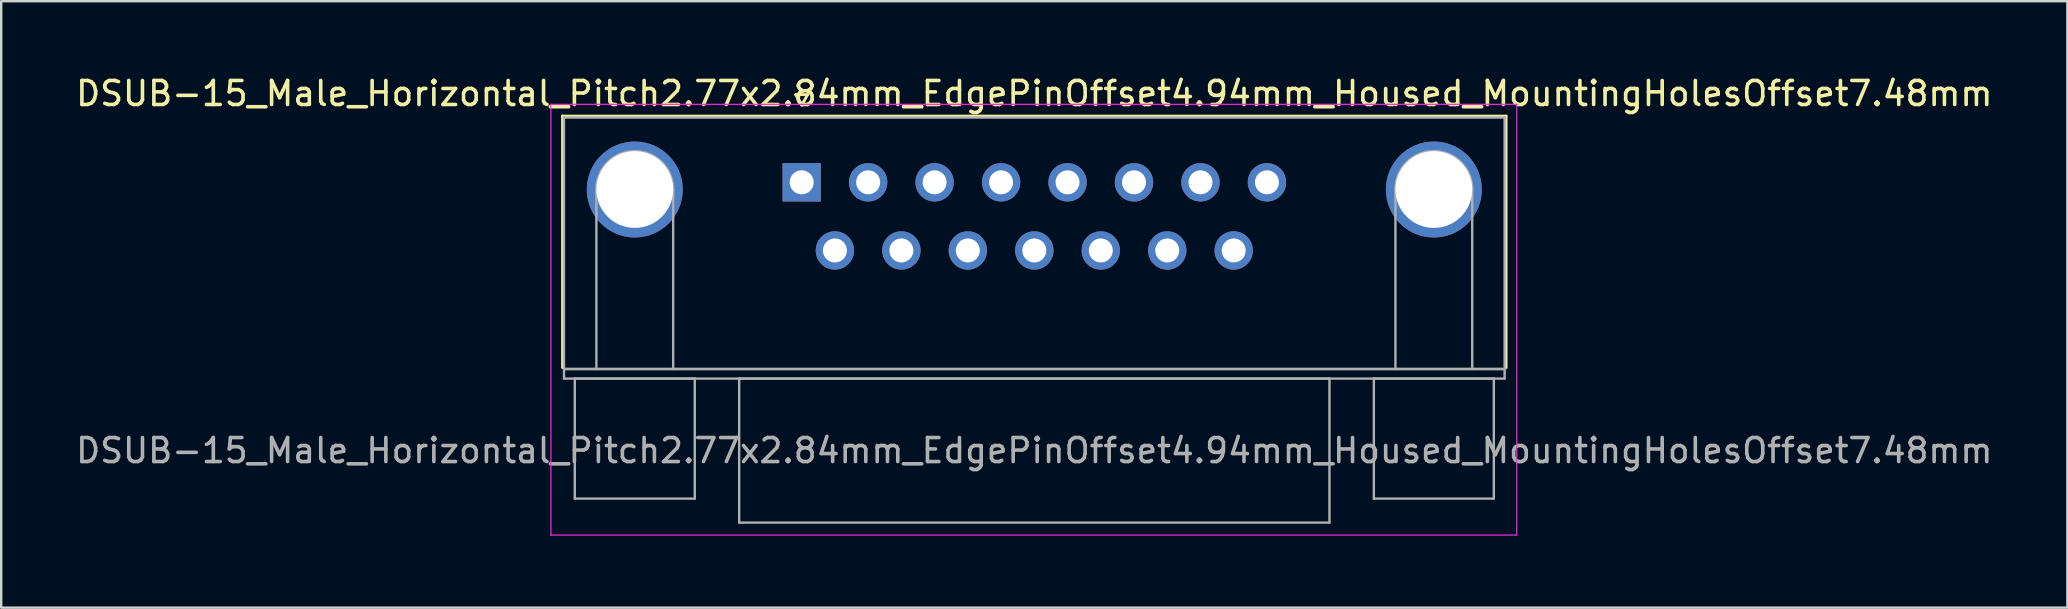
<source format=kicad_pcb>
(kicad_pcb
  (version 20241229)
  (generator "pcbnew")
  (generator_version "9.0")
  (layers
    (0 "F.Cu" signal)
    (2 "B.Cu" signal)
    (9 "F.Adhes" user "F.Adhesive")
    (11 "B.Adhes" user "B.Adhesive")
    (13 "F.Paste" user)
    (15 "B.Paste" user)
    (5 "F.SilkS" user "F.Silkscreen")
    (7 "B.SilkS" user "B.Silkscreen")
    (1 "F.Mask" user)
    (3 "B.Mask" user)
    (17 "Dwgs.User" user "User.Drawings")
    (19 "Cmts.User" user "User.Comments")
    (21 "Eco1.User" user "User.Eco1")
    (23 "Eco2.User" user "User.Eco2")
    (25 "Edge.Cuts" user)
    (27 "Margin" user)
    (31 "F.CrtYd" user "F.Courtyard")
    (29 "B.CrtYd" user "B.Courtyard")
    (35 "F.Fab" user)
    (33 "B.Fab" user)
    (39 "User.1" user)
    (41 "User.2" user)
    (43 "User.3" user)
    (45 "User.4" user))
  (footprint "DSUB-15_Male_Horizontal_Pitch2.77x2.84mm_EdgePinOffset4.94mm_Housed_MountingHolesOffset7.48mm"
    (layer "F.Cu")
    (at 30.359 4.548)
    (property "Reference" "DSUB-15_Male_Horizontal_Pitch2.77x2.84mm_EdgePinOffset4.94mm_Housed_MountingHolesOffset7.48mm" (at 9.695 -3.7 0) (layer "F.SilkS") (effects (font (size 1 1) (thickness 0.15))))
    (attr through_hole)
    (fp_line (start -9.965 -2.76) (end 29.355 -2.76) (stroke (width 0.12) (type solid)) (layer "F.SilkS"))
    (fp_line (start -9.965 7.72) (end -9.965 -2.76) (stroke (width 0.12) (type solid)) (layer "F.SilkS"))
    (fp_line (start -0.25 -3.654) (end 0.25 -3.654) (stroke (width 0.12) (type solid)) (layer "F.SilkS"))
    (fp_line (start 0 -3.221) (end -0.25 -3.654) (stroke (width 0.12) (type solid)) (layer "F.SilkS"))
    (fp_line (start 0.25 -3.654) (end 0 -3.221) (stroke (width 0.12) (type solid)) (layer "F.SilkS"))
    (fp_line (start 29.355 -2.76) (end 29.355 7.72) (stroke (width 0.12) (type solid)) (layer "F.SilkS"))
    (fp_line (start -10.45 -3.25) (end -10.45 14.7) (stroke (width 0.05) (type solid)) (layer "F.CrtYd"))
    (fp_line (start -10.45 14.7) (end 29.8 14.7) (stroke (width 0.05) (type solid)) (layer "F.CrtYd"))
    (fp_line (start 29.8 -3.25) (end -10.45 -3.25) (stroke (width 0.05) (type solid)) (layer "F.CrtYd"))
    (fp_line (start 29.8 14.7) (end 29.8 -3.25) (stroke (width 0.05) (type solid)) (layer "F.CrtYd"))
    (fp_line (start -9.905 -2.7) (end -9.905 7.78) (stroke (width 0.1) (type solid)) (layer "F.Fab"))
    (fp_line (start -9.905 7.78) (end -9.905 8.18) (stroke (width 0.1) (type solid)) (layer "F.Fab"))
    (fp_line (start -9.905 7.78) (end 29.295 7.78) (stroke (width 0.1) (type solid)) (layer "F.Fab"))
    (fp_line (start -9.905 8.18) (end 29.295 8.18) (stroke (width 0.1) (type solid)) (layer "F.Fab"))
    (fp_line (start -9.455 8.18) (end -9.455 13.18) (stroke (width 0.1) (type solid)) (layer "F.Fab"))
    (fp_line (start -9.455 13.18) (end -4.455 13.18) (stroke (width 0.1) (type solid)) (layer "F.Fab"))
    (fp_line (start -8.555 7.78) (end -8.555 0.3) (stroke (width 0.1) (type solid)) (layer "F.Fab"))
    (fp_line (start -5.355 7.78) (end -5.355 0.3) (stroke (width 0.1) (type solid)) (layer "F.Fab"))
    (fp_line (start -4.455 8.18) (end -9.455 8.18) (stroke (width 0.1) (type solid)) (layer "F.Fab"))
    (fp_line (start -4.455 13.18) (end -4.455 8.18) (stroke (width 0.1) (type solid)) (layer "F.Fab"))
    (fp_line (start -2.605 8.18) (end -2.605 14.18) (stroke (width 0.1) (type solid)) (layer "F.Fab"))
    (fp_line (start -2.605 14.18) (end 21.995 14.18) (stroke (width 0.1) (type solid)) (layer "F.Fab"))
    (fp_line (start 21.995 8.18) (end -2.605 8.18) (stroke (width 0.1) (type solid)) (layer "F.Fab"))
    (fp_line (start 21.995 14.18) (end 21.995 8.18) (stroke (width 0.1) (type solid)) (layer "F.Fab"))
    (fp_line (start 23.845 8.18) (end 23.845 13.18) (stroke (width 0.1) (type solid)) (layer "F.Fab"))
    (fp_line (start 23.845 13.18) (end 28.845 13.18) (stroke (width 0.1) (type solid)) (layer "F.Fab"))
    (fp_line (start 24.745 7.78) (end 24.745 0.3) (stroke (width 0.1) (type solid)) (layer "F.Fab"))
    (fp_line (start 27.945 7.78) (end 27.945 0.3) (stroke (width 0.1) (type solid)) (layer "F.Fab"))
    (fp_line (start 28.845 8.18) (end 23.845 8.18) (stroke (width 0.1) (type solid)) (layer "F.Fab"))
    (fp_line (start 28.845 13.18) (end 28.845 8.18) (stroke (width 0.1) (type solid)) (layer "F.Fab"))
    (fp_line (start 29.295 -2.7) (end -9.905 -2.7) (stroke (width 0.1) (type solid)) (layer "F.Fab"))
    (fp_line (start 29.295 7.78) (end -9.905 7.78) (stroke (width 0.1) (type solid)) (layer "F.Fab"))
    (fp_line (start 29.295 7.78) (end 29.295 -2.7) (stroke (width 0.1) (type solid)) (layer "F.Fab"))
    (fp_line (start 29.295 8.18) (end 29.295 7.78) (stroke (width 0.1) (type solid)) (layer "F.Fab"))
    (fp_arc (start -8.555 0.3) (mid -6.955 -1.3) (end -5.355 0.3) (stroke (width 0.1) (type solid)) (layer "F.Fab"))
    (fp_arc (start 24.745 0.3) (mid 26.345 -1.3) (end 27.945 0.3) (stroke (width 0.1) (type solid)) (layer "F.Fab"))
    (fp_text user "${REFERENCE}" (at 9.695 11.18 0) (layer "F.Fab") (effects (font (size 1 1) (thickness 0.15))))
    (pad "0" thru_hole circle (at -6.955 0.3) (size 4 4) (drill 3.2) (layers "*.Cu" "*.Mask"))
    (pad "0" thru_hole circle (at 26.345 0.3) (size 4 4) (drill 3.2) (layers "*.Cu" "*.Mask"))
    (pad "1" thru_hole rect (at 0 0) (size 1.6 1.6) (drill 1) (layers "*.Cu" "*.Mask"))
    (pad "2" thru_hole circle (at 2.77 0) (size 1.6 1.6) (drill 1) (layers "*.Cu" "*.Mask"))
    (pad "3" thru_hole circle (at 5.54 0) (size 1.6 1.6) (drill 1) (layers "*.Cu" "*.Mask"))
    (pad "4" thru_hole circle (at 8.31 0) (size 1.6 1.6) (drill 1) (layers "*.Cu" "*.Mask"))
    (pad "5" thru_hole circle (at 11.08 0) (size 1.6 1.6) (drill 1) (layers "*.Cu" "*.Mask"))
    (pad "6" thru_hole circle (at 13.85 0) (size 1.6 1.6) (drill 1) (layers "*.Cu" "*.Mask"))
    (pad "7" thru_hole circle (at 16.62 0) (size 1.6 1.6) (drill 1) (layers "*.Cu" "*.Mask"))
    (pad "8" thru_hole circle (at 19.39 0) (size 1.6 1.6) (drill 1) (layers "*.Cu" "*.Mask"))
    (pad "9" thru_hole circle (at 1.385 2.84) (size 1.6 1.6) (drill 1) (layers "*.Cu" "*.Mask"))
    (pad "10" thru_hole circle (at 4.155 2.84) (size 1.6 1.6) (drill 1) (layers "*.Cu" "*.Mask"))
    (pad "11" thru_hole circle (at 6.925 2.84) (size 1.6 1.6) (drill 1) (layers "*.Cu" "*.Mask"))
    (pad "12" thru_hole circle (at 9.695 2.84) (size 1.6 1.6) (drill 1) (layers "*.Cu" "*.Mask"))
    (pad "13" thru_hole circle (at 12.465 2.84) (size 1.6 1.6) (drill 1) (layers "*.Cu" "*.Mask"))
    (pad "14" thru_hole circle (at 15.235 2.84) (size 1.6 1.6) (drill 1) (layers "*.Cu" "*.Mask"))
    (pad "15" thru_hole circle (at 18.005 2.84) (size 1.6 1.6) (drill 1) (layers "*.Cu" "*.Mask")))
  (gr_rect
    (start -3 -3)
    (end 83.107 22.273)
    (stroke (width 0.1) (type default))
    (fill no)
    (layer "Edge.Cuts")))
</source>
